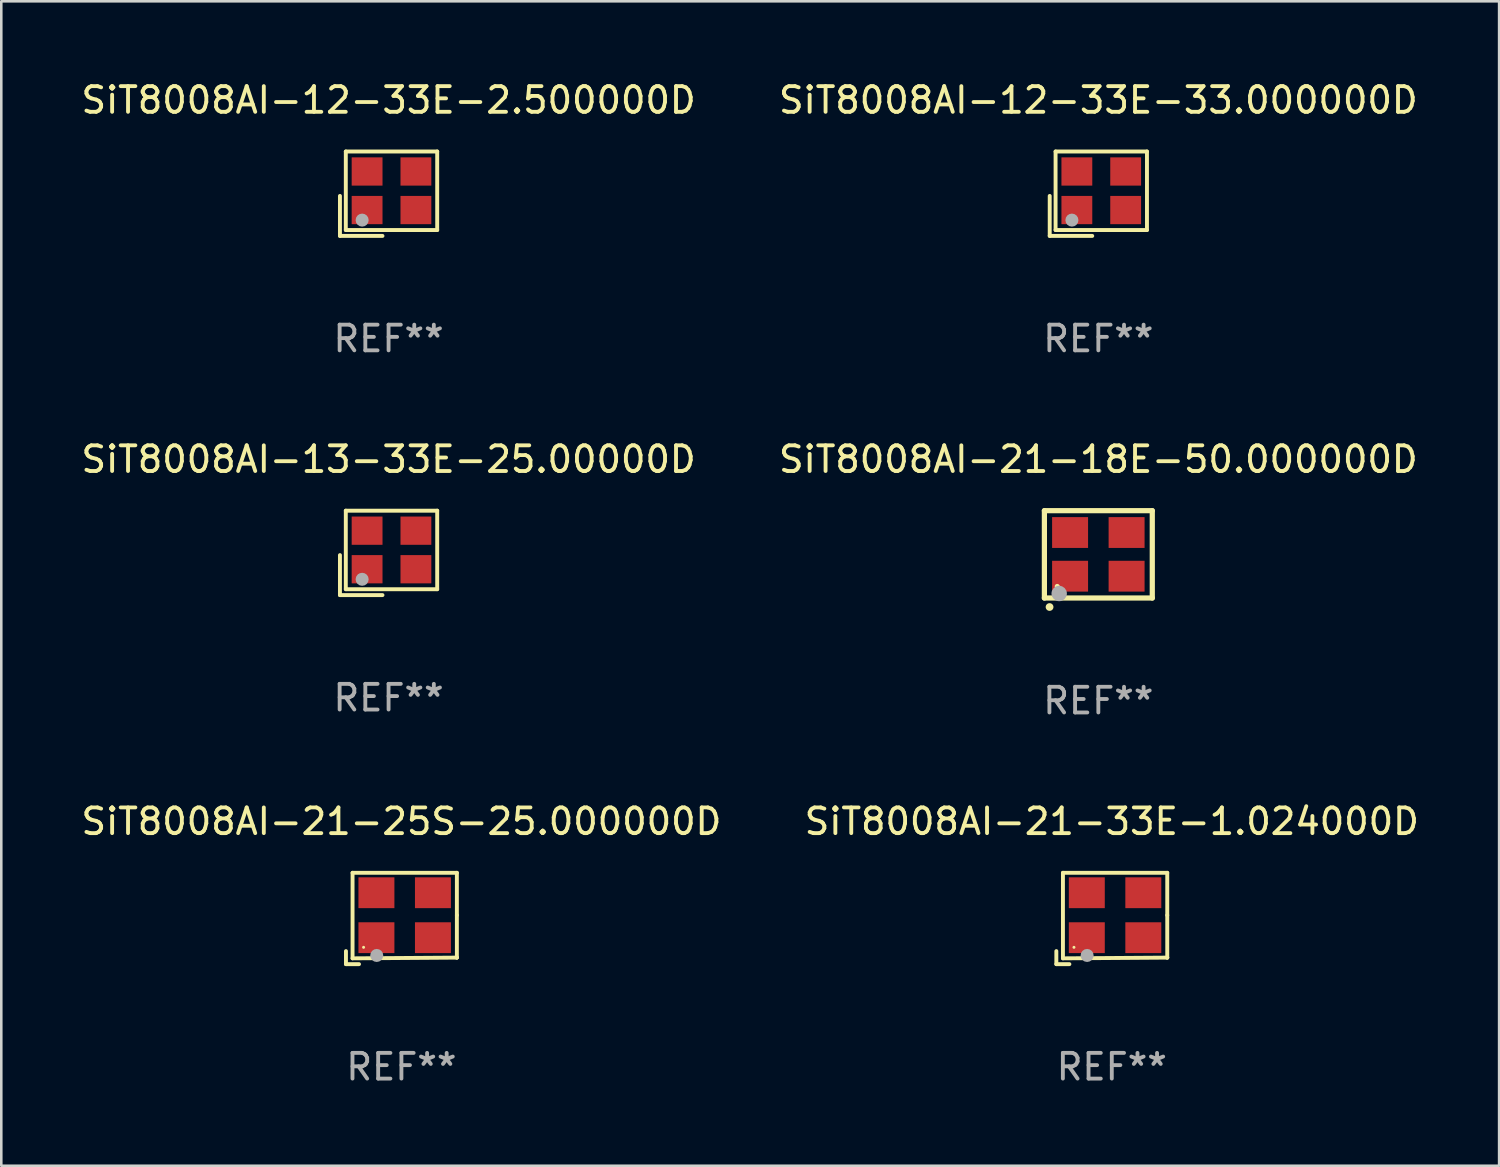
<source format=kicad_pcb>
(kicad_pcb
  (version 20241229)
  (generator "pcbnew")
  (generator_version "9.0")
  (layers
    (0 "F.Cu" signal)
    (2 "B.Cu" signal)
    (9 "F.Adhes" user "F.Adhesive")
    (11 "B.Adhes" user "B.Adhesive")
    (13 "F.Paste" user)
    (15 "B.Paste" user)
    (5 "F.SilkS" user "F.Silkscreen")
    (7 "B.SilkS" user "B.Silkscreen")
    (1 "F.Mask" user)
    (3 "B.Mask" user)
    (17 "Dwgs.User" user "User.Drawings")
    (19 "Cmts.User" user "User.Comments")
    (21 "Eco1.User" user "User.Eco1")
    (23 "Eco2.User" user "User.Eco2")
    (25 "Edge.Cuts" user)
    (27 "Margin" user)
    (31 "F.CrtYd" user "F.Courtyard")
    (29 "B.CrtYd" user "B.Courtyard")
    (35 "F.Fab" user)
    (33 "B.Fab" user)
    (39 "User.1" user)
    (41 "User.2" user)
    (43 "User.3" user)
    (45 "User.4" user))
  (footprint "SiT8008AI-13-33E-25.00000D"
    (layer "F.Cu")
    (at 12.077 18.474)
    (property "Reference" "SiT8008AI-13-33E-25.00000D" (at 0 -3.643 0) (layer "F.SilkS") (effects (font (size 1 1) (thickness 0.15))))
    (attr through_hole)
    (fp_line (start -1.893 0.086) (end -1.893 1.643) (stroke (width 0.152) (type solid)) (layer "F.SilkS"))
    (fp_line (start -1.893 1.643) (end -0.237 1.643) (stroke (width 0.152) (type solid)) (layer "F.SilkS"))
    (fp_line (start -1.665 -1.643) (end 1.893 -1.643) (stroke (width 0.152) (type solid)) (layer "F.SilkS"))
    (fp_line (start -1.665 1.414) (end -1.665 -1.643) (stroke (width 0.152) (type solid)) (layer "F.SilkS"))
    (fp_line (start 1.893 -1.643) (end 1.893 1.414) (stroke (width 0.152) (type solid)) (layer "F.SilkS"))
    (fp_line (start 1.893 1.414) (end -1.665 1.414) (stroke (width 0.152) (type solid)) (layer "F.SilkS"))
    (fp_circle (center -1.136 0.885) (end -1.106 0.885) (stroke (width 0.06) (type solid)) (fill no) (layer "F.SilkS"))
    (fp_circle (center -1.029 1.028) (end -0.902 1.028) (stroke (width 0.254) (type solid)) (fill no) (layer "F.Fab"))
    (fp_text user "REF**" (at 0 5.643 0) (layer "F.Fab") (effects (font (size 1 1) (thickness 0.15))))
    (pad "1" smd rect (at -0.836 0.636) (size 1.2 1.1) (layers "F.Cu" "F.Mask" "F.Paste"))
    (pad "2" smd rect (at 1.064 0.636) (size 1.2 1.1) (layers "F.Cu" "F.Mask" "F.Paste"))
    (pad "3" smd rect (at 1.064 -0.865) (size 1.2 1.1) (layers "F.Cu" "F.Mask" "F.Paste"))
    (pad "4" smd rect (at -0.836 -0.865) (size 1.2 1.1) (layers "F.Cu" "F.Mask" "F.Paste")))
  (footprint "SiT8008AI-21-25S-25.000000D"
    (layer "F.Cu")
    (at 12.577 32.706)
    (property "Reference" "SiT8008AI-21-25S-25.000000D" (at 0 -3.778 0) (layer "F.SilkS") (effects (font (size 1 1) (thickness 0.15))))
    (attr through_hole)
    (fp_line (start -2.159 1.27) (end -2.159 1.778) (stroke (width 0.152) (type solid)) (layer "F.SilkS"))
    (fp_line (start -2.159 1.778) (end -1.651 1.778) (stroke (width 0.152) (type solid)) (layer "F.SilkS"))
    (fp_line (start -1.902 -1.778) (end 2.159 -1.778) (stroke (width 0.152) (type solid)) (layer "F.SilkS"))
    (fp_line (start -1.902 1.552) (end -1.902 -1.778) (stroke (width 0.152) (type solid)) (layer "F.SilkS"))
    (fp_line (start 2.159 -1.778) (end 2.159 -0.127) (stroke (width 0.152) (type solid)) (layer "F.SilkS"))
    (fp_line (start 2.159 -0.127) (end 2.159 1.524) (stroke (width 0.152) (type solid)) (layer "F.SilkS"))
    (fp_line (start 2.159 1.524) (end -1.902 1.552) (stroke (width 0.152) (type solid)) (layer "F.SilkS"))
    (fp_line (start 2.159 1.524) (end 2.159 1.524) (stroke (width 0.152) (type solid)) (layer "F.SilkS"))
    (fp_circle (center -1.473 1.123) (end -1.443 1.123) (stroke (width 0.06) (type solid)) (fill no) (layer "F.SilkS"))
    (fp_circle (center -0.961 1.44) (end -0.834 1.44) (stroke (width 0.254) (type solid)) (fill no) (layer "F.Fab"))
    (fp_text user "REF**" (at 0 5.778 0) (layer "F.Fab") (effects (font (size 1 1) (thickness 0.15))))
    (pad "1" smd rect (at -0.973 0.748) (size 1.4 1.2) (layers "F.Cu" "F.Mask" "F.Paste"))
    (pad "2" smd rect (at 1.227 0.748) (size 1.4 1.2) (layers "F.Cu" "F.Mask" "F.Paste"))
    (pad "3" smd rect (at 1.227 -1.002) (size 1.4 1.2) (layers "F.Cu" "F.Mask" "F.Paste"))
    (pad "4" smd rect (at -0.973 -1.002) (size 1.4 1.2) (layers "F.Cu" "F.Mask" "F.Paste")))
  (footprint "SiT8008AI-21-18E-50.000000D"
    (layer "F.Cu")
    (at 39.708 18.531)
    (property "Reference" "SiT8008AI-21-18E-50.000000D" (at 0 -3.7 0) (layer "F.SilkS") (effects (font (size 1 1) (thickness 0.15))))
    (attr through_hole)
    (fp_line (start -2.1 -1.7) (end -2.1 1.7) (stroke (width 0.203) (type solid)) (layer "F.SilkS"))
    (fp_line (start -2.1 1.7) (end 2.1 1.7) (stroke (width 0.203) (type solid)) (layer "F.SilkS"))
    (fp_line (start 2.1 -1.7) (end -2.1 -1.7) (stroke (width 0.203) (type solid)) (layer "F.SilkS"))
    (fp_line (start 2.1 1.7) (end 2.1 -1.7) (stroke (width 0.203) (type solid)) (layer "F.SilkS"))
    (fp_arc (start -1.899924 2.049784) (mid -1.898654 2.049779) (end -1.897384 2.049784) (stroke (width 0.3) (type solid)) (layer "F.SilkS"))
    (fp_circle (center -1.6 1.25) (end -1.55 1.25) (stroke (width 0.1) (type solid)) (fill no) (layer "F.SilkS"))
    (fp_circle (center -1.524 1.524) (end -1.374 1.524) (stroke (width 0.3) (type solid)) (fill no) (layer "F.Fab"))
    (fp_text user "REF**" (at 0 5.7 0) (layer "F.Fab") (effects (font (size 1 1) (thickness 0.15))))
    (pad "1" smd rect (at -1.1 0.85) (size 1.4 1.2) (layers "F.Cu" "F.Mask" "F.Paste"))
    (pad "2" smd rect (at 1.1 0.85) (size 1.4 1.2) (layers "F.Cu" "F.Mask" "F.Paste"))
    (pad "3" smd rect (at 1.1 -0.85) (size 1.4 1.2) (layers "F.Cu" "F.Mask" "F.Paste"))
    (pad "4" smd rect (at -1.1 -0.85) (size 1.4 1.2) (layers "F.Cu" "F.Mask" "F.Paste")))
  (footprint "SiT8008AI-12-33E-2.500000D"
    (layer "F.Cu")
    (at 12.077 4.491)
    (property "Reference" "SiT8008AI-12-33E-2.500000D" (at 0 -3.643 0) (layer "F.SilkS") (effects (font (size 1 1) (thickness 0.15))))
    (attr through_hole)
    (fp_line (start -1.893 0.086) (end -1.893 1.643) (stroke (width 0.152) (type solid)) (layer "F.SilkS"))
    (fp_line (start -1.893 1.643) (end -0.237 1.643) (stroke (width 0.152) (type solid)) (layer "F.SilkS"))
    (fp_line (start -1.665 -1.643) (end 1.893 -1.643) (stroke (width 0.152) (type solid)) (layer "F.SilkS"))
    (fp_line (start -1.665 1.414) (end -1.665 -1.643) (stroke (width 0.152) (type solid)) (layer "F.SilkS"))
    (fp_line (start 1.893 -1.643) (end 1.893 1.414) (stroke (width 0.152) (type solid)) (layer "F.SilkS"))
    (fp_line (start 1.893 1.414) (end -1.665 1.414) (stroke (width 0.152) (type solid)) (layer "F.SilkS"))
    (fp_circle (center -1.136 0.885) (end -1.106 0.885) (stroke (width 0.06) (type solid)) (fill no) (layer "F.SilkS"))
    (fp_circle (center -1.029 1.028) (end -0.902 1.028) (stroke (width 0.254) (type solid)) (fill no) (layer "F.Fab"))
    (fp_text user "REF**" (at 0 5.643 0) (layer "F.Fab") (effects (font (size 1 1) (thickness 0.15))))
    (pad "1" smd rect (at -0.836 0.636) (size 1.2 1.1) (layers "F.Cu" "F.Mask" "F.Paste"))
    (pad "2" smd rect (at 1.064 0.636) (size 1.2 1.1) (layers "F.Cu" "F.Mask" "F.Paste"))
    (pad "3" smd rect (at 1.064 -0.865) (size 1.2 1.1) (layers "F.Cu" "F.Mask" "F.Paste"))
    (pad "4" smd rect (at -0.836 -0.865) (size 1.2 1.1) (layers "F.Cu" "F.Mask" "F.Paste")))
  (footprint "SiT8008AI-21-33E-1.024000D"
    (layer "F.Cu")
    (at 40.232 32.706)
    (property "Reference" "SiT8008AI-21-33E-1.024000D" (at 0 -3.778 0) (layer "F.SilkS") (effects (font (size 1 1) (thickness 0.15))))
    (attr through_hole)
    (fp_line (start -2.159 1.27) (end -2.159 1.778) (stroke (width 0.152) (type solid)) (layer "F.SilkS"))
    (fp_line (start -2.159 1.778) (end -1.651 1.778) (stroke (width 0.152) (type solid)) (layer "F.SilkS"))
    (fp_line (start -1.902 -1.778) (end 2.159 -1.778) (stroke (width 0.152) (type solid)) (layer "F.SilkS"))
    (fp_line (start -1.902 1.552) (end -1.902 -1.778) (stroke (width 0.152) (type solid)) (layer "F.SilkS"))
    (fp_line (start 2.159 -1.778) (end 2.159 -0.127) (stroke (width 0.152) (type solid)) (layer "F.SilkS"))
    (fp_line (start 2.159 -0.127) (end 2.159 1.524) (stroke (width 0.152) (type solid)) (layer "F.SilkS"))
    (fp_line (start 2.159 1.524) (end -1.902 1.552) (stroke (width 0.152) (type solid)) (layer "F.SilkS"))
    (fp_line (start 2.159 1.524) (end 2.159 1.524) (stroke (width 0.152) (type solid)) (layer "F.SilkS"))
    (fp_circle (center -1.473 1.123) (end -1.443 1.123) (stroke (width 0.06) (type solid)) (fill no) (layer "F.SilkS"))
    (fp_circle (center -0.961 1.44) (end -0.834 1.44) (stroke (width 0.254) (type solid)) (fill no) (layer "F.Fab"))
    (fp_text user "REF**" (at 0 5.778 0) (layer "F.Fab") (effects (font (size 1 1) (thickness 0.15))))
    (pad "1" smd rect (at -0.973 0.748) (size 1.4 1.2) (layers "F.Cu" "F.Mask" "F.Paste"))
    (pad "2" smd rect (at 1.227 0.748) (size 1.4 1.2) (layers "F.Cu" "F.Mask" "F.Paste"))
    (pad "3" smd rect (at 1.227 -1.002) (size 1.4 1.2) (layers "F.Cu" "F.Mask" "F.Paste"))
    (pad "4" smd rect (at -0.973 -1.002) (size 1.4 1.2) (layers "F.Cu" "F.Mask" "F.Paste")))
  (footprint "SiT8008AI-12-33E-33.000000D"
    (layer "F.Cu")
    (at 39.708 4.491)
    (property "Reference" "SiT8008AI-12-33E-33.000000D" (at 0 -3.643 0) (layer "F.SilkS") (effects (font (size 1 1) (thickness 0.15))))
    (attr through_hole)
    (fp_line (start -1.893 0.086) (end -1.893 1.643) (stroke (width 0.152) (type solid)) (layer "F.SilkS"))
    (fp_line (start -1.893 1.643) (end -0.237 1.643) (stroke (width 0.152) (type solid)) (layer "F.SilkS"))
    (fp_line (start -1.665 -1.643) (end 1.893 -1.643) (stroke (width 0.152) (type solid)) (layer "F.SilkS"))
    (fp_line (start -1.665 1.414) (end -1.665 -1.643) (stroke (width 0.152) (type solid)) (layer "F.SilkS"))
    (fp_line (start 1.893 -1.643) (end 1.893 1.414) (stroke (width 0.152) (type solid)) (layer "F.SilkS"))
    (fp_line (start 1.893 1.414) (end -1.665 1.414) (stroke (width 0.152) (type solid)) (layer "F.SilkS"))
    (fp_circle (center -1.136 0.885) (end -1.106 0.885) (stroke (width 0.06) (type solid)) (fill no) (layer "F.SilkS"))
    (fp_circle (center -1.029 1.028) (end -0.902 1.028) (stroke (width 0.254) (type solid)) (fill no) (layer "F.Fab"))
    (fp_text user "REF**" (at 0 5.643 0) (layer "F.Fab") (effects (font (size 1 1) (thickness 0.15))))
    (pad "1" smd rect (at -0.836 0.636) (size 1.2 1.1) (layers "F.Cu" "F.Mask" "F.Paste"))
    (pad "2" smd rect (at 1.064 0.636) (size 1.2 1.1) (layers "F.Cu" "F.Mask" "F.Paste"))
    (pad "3" smd rect (at 1.064 -0.865) (size 1.2 1.1) (layers "F.Cu" "F.Mask" "F.Paste"))
    (pad "4" smd rect (at -0.836 -0.865) (size 1.2 1.1) (layers "F.Cu" "F.Mask" "F.Paste")))
  (gr_rect
    (start -3 -3)
    (end 55.31 42.332)
    (stroke (width 0.1) (type default))
    (fill no)
    (layer "Edge.Cuts")))
</source>
